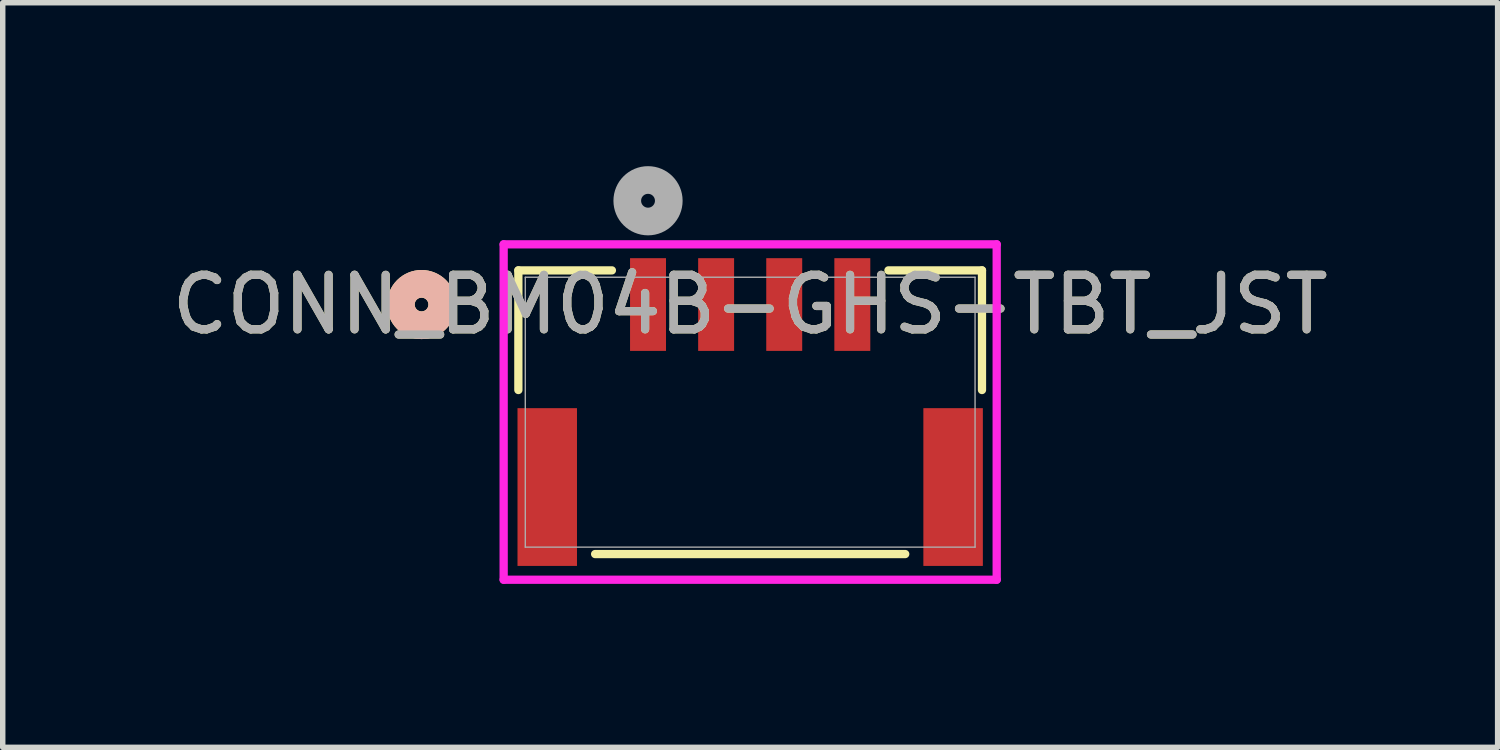
<source format=kicad_pcb>
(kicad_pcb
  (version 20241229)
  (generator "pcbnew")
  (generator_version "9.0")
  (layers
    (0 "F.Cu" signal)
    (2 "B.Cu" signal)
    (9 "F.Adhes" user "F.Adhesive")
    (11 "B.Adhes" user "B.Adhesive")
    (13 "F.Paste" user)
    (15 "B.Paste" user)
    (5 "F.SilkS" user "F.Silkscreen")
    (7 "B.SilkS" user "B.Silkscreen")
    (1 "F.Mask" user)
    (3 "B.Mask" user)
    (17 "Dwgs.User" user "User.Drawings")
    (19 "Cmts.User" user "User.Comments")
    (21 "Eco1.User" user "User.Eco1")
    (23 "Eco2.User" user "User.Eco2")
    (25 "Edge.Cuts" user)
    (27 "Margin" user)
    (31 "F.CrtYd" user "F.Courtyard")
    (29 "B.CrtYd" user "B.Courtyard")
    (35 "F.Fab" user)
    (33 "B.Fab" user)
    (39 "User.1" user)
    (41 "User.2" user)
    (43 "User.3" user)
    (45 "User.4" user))
  (footprint "CONN_BM04B-GHS-TBT_JST"
    (layer "F.Cu")
    (at 10.72 4.516)
    (property "Reference" "CONN_BM04B-GHS-TBT_JST" (at 0 -1.976 0) (unlocked yes) (layer "F.SilkS") (effects (font (size 1 1) (thickness 0.15))))
    (attr smd)
    (fp_line (start -4.255 -2.603) (end -4.255 -0.407) (stroke (width 0.152) (type solid)) (layer "F.SilkS"))
    (fp_line (start -2.846 2.604) (end 2.846 2.604) (stroke (width 0.152) (type solid)) (layer "F.SilkS"))
    (fp_line (start -2.538 -2.603) (end -4.255 -2.603) (stroke (width 0.152) (type solid)) (layer "F.SilkS"))
    (fp_line (start 4.255 -2.603) (end 2.538 -2.603) (stroke (width 0.152) (type solid)) (layer "F.SilkS"))
    (fp_line (start 4.255 -0.407) (end 4.255 -2.603) (stroke (width 0.152) (type solid)) (layer "F.SilkS"))
    (fp_circle (center -6.032 -1.976) (end -5.652 -1.976) (stroke (width 0.508) (type solid)) (fill no) (layer "F.SilkS"))
    (fp_circle (center -6.032 -1.976) (end -5.652 -1.976) (stroke (width 0.508) (type solid)) (fill no) (layer "B.SilkS"))
    (fp_line (start -4.525 -3.081) (end -4.525 3.075) (stroke (width 0.152) (type solid)) (layer "F.CrtYd"))
    (fp_line (start -4.525 3.075) (end 4.525 3.075) (stroke (width 0.152) (type solid)) (layer "F.CrtYd"))
    (fp_line (start 4.525 -3.081) (end -4.525 -3.081) (stroke (width 0.152) (type solid)) (layer "F.CrtYd"))
    (fp_line (start 4.525 3.075) (end 4.525 -3.081) (stroke (width 0.152) (type solid)) (layer "F.CrtYd"))
    (fp_line (start -4.128 -2.477) (end -4.128 2.477) (stroke (width 0.025) (type solid)) (layer "F.Fab"))
    (fp_line (start -4.128 2.477) (end 4.128 2.477) (stroke (width 0.025) (type solid)) (layer "F.Fab"))
    (fp_line (start 4.128 -2.477) (end -4.128 -2.477) (stroke (width 0.025) (type solid)) (layer "F.Fab"))
    (fp_line (start 4.128 2.477) (end 4.128 -2.477) (stroke (width 0.025) (type solid)) (layer "F.Fab"))
    (fp_circle (center -1.875 -3.881) (end -1.494 -3.881) (stroke (width 0.508) (type solid)) (fill no) (layer "F.Fab"))
    (fp_text user "${REFERENCE}" (at 0 -1.976 0) (unlocked yes) (layer "F.Fab") (effects (font (size 1 1) (thickness 0.15))))
    (pad "1" smd rect (at -1.875 -1.976) (size 0.66 1.702) (layers "F.Cu" "F.Mask" "F.Paste"))
    (pad "2" smd rect (at -0.625 -1.976) (size 0.66 1.702) (layers "F.Cu" "F.Mask" "F.Paste"))
    (pad "3" smd rect (at 0.625 -1.976) (size 0.66 1.702) (layers "F.Cu" "F.Mask" "F.Paste"))
    (pad "4" smd rect (at 1.875 -1.976) (size 0.66 1.702) (layers "F.Cu" "F.Mask" "F.Paste"))
    (pad "5" smd rect (at -3.725 1.374) (size 1.092 2.896) (layers "F.Cu" "F.Mask" "F.Paste"))
    (pad "6" smd rect (at 3.725 1.374) (size 1.092 2.896) (layers "F.Cu" "F.Mask" "F.Paste")))
  (gr_rect
    (start -3 -3)
    (end 24.44 10.668)
    (stroke (width 0.1) (type default))
    (fill no)
    (layer "Edge.Cuts")))
</source>
